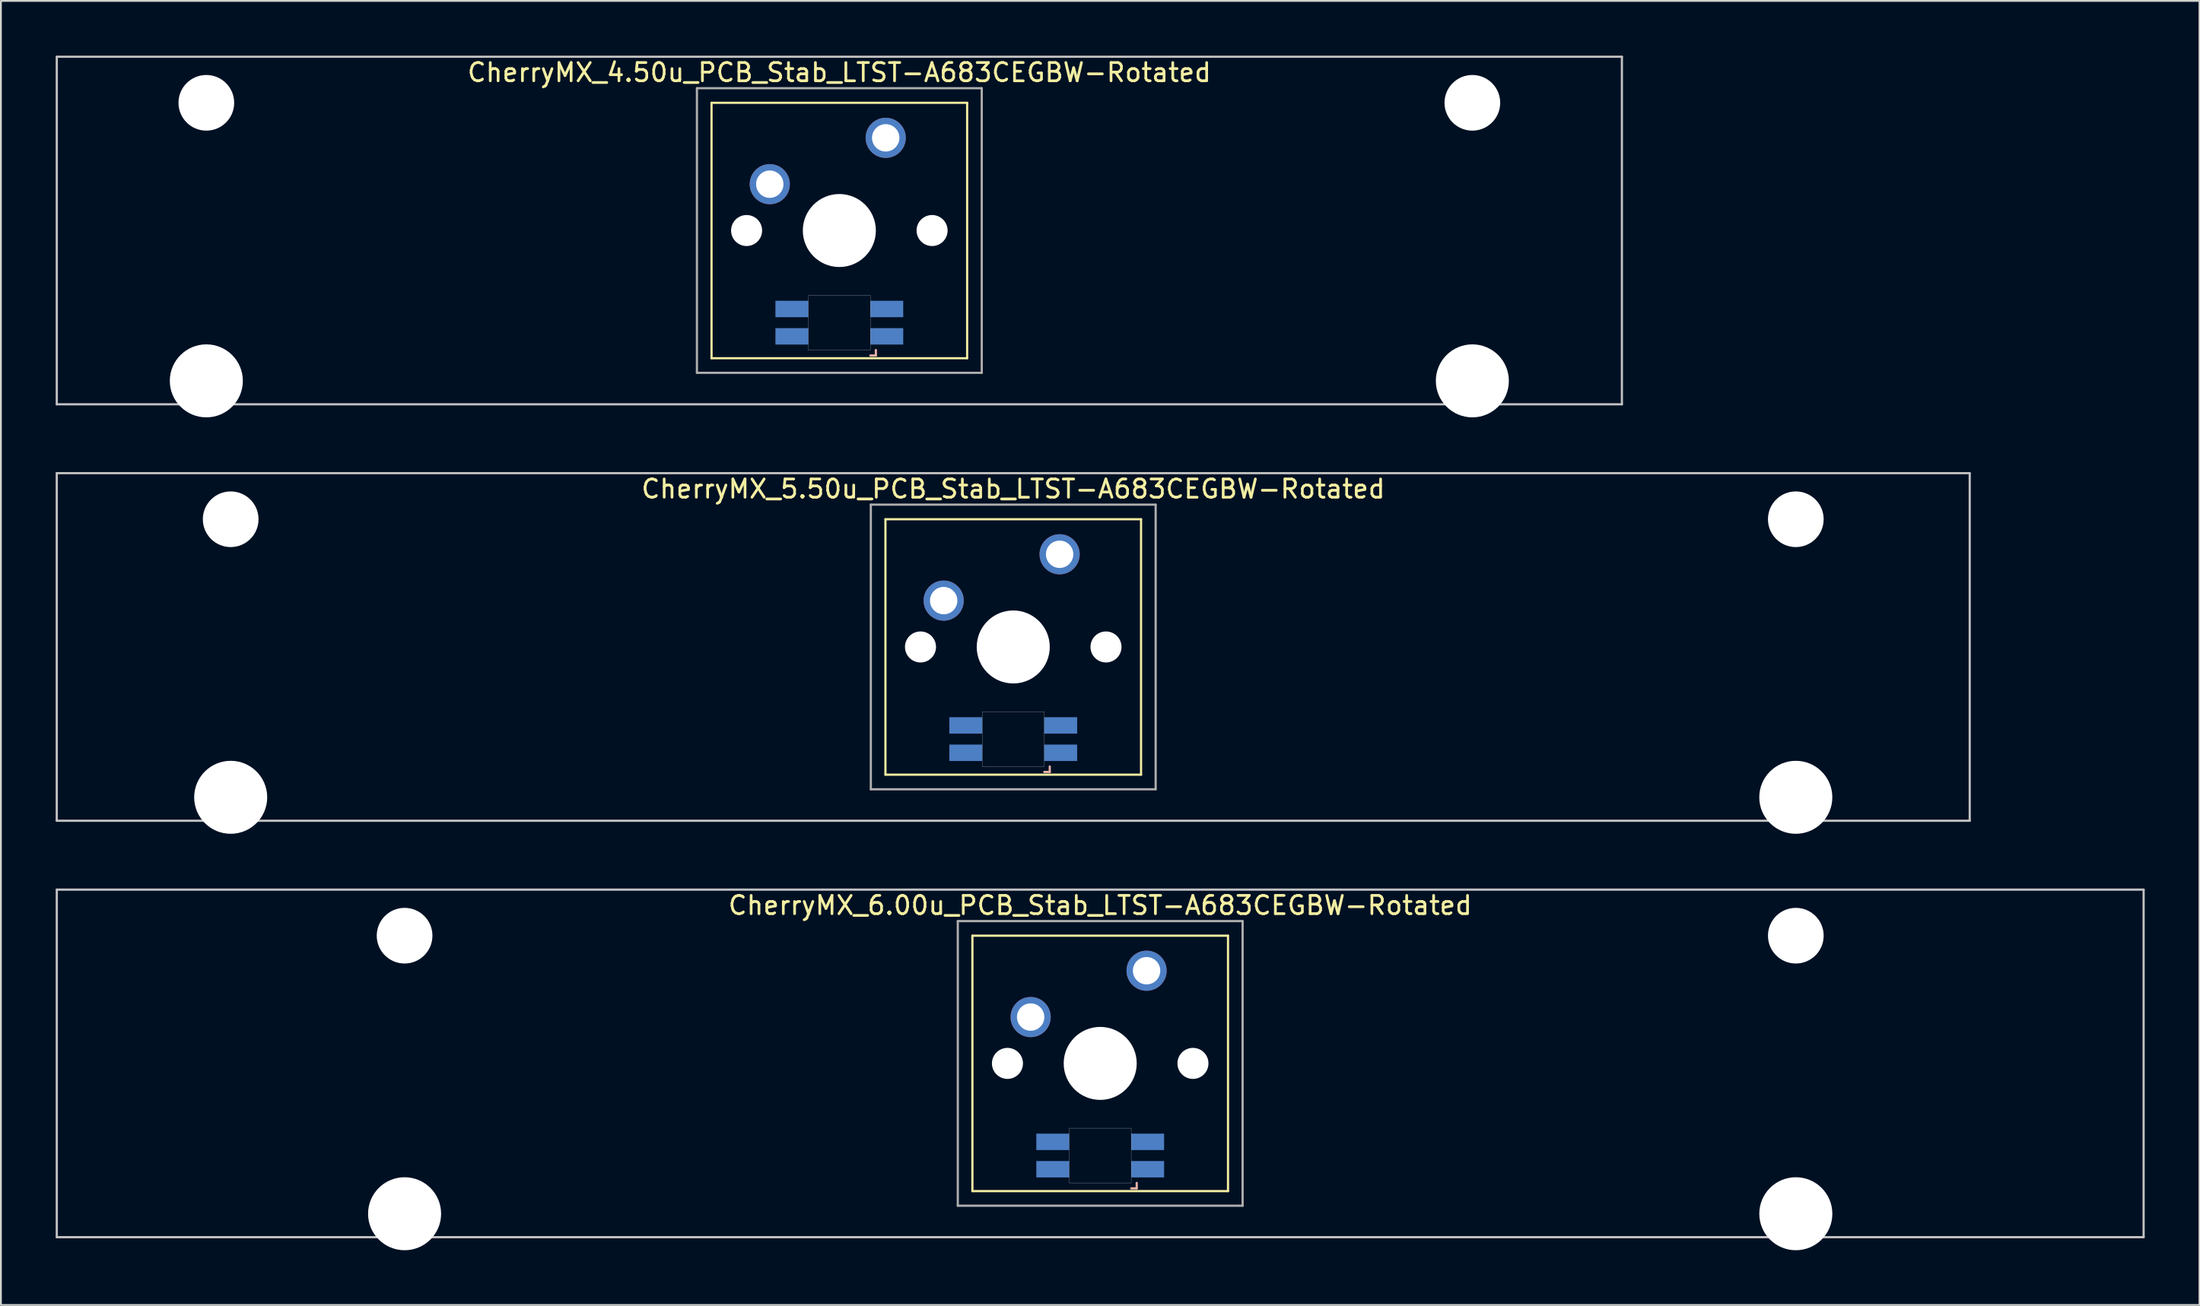
<source format=kicad_pcb>
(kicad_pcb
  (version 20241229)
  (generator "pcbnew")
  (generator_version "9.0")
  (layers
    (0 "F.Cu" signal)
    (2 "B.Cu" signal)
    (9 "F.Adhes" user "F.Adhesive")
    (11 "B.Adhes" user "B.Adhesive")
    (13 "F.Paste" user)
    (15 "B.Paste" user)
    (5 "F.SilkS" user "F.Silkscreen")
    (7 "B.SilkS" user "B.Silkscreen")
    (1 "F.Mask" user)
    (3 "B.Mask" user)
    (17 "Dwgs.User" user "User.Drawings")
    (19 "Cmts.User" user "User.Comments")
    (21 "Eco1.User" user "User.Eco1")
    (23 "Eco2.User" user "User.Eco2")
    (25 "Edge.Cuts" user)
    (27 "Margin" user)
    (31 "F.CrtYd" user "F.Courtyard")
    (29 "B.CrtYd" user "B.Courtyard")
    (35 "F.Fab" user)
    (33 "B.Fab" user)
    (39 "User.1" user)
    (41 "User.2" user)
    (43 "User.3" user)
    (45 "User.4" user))
  (footprint "CherryMX_4.50u_PCB_Stab_LTST-A683CEGBW-Rotated"
    (layer "F.Cu")
    (at 42.922 9.585)
    (property "Reference" "CherryMX_4.50u_PCB_Stab_LTST-A683CEGBW-Rotated" (at 0 -8.662 0) (layer "F.SilkS") (effects (font (size 1 1) (thickness 0.15))))
    (attr through_hole)
    (fp_line (start -7 -7) (end -7 7) (stroke (width 0.12) (type solid)) (layer "F.SilkS"))
    (fp_line (start -7 -7) (end 7 -7) (stroke (width 0.12) (type solid)) (layer "F.SilkS"))
    (fp_line (start 7 -7) (end 7 7) (stroke (width 0.12) (type solid)) (layer "F.SilkS"))
    (fp_line (start 7 7) (end -7 7) (stroke (width 0.12) (type solid)) (layer "F.SilkS"))
    (fp_line (start 1.7 6.85) (end 2 6.85) (stroke (width 0.12) (type solid)) (layer "B.SilkS"))
    (fp_line (start 2 6.85) (end 2 6.55) (stroke (width 0.12) (type solid)) (layer "B.SilkS"))
    (fp_line (start -42.862 -9.525) (end 42.862 -9.525) (stroke (width 0.12) (type solid)) (layer "Dwgs.User"))
    (fp_line (start -42.862 9.525) (end -42.862 -9.525) (stroke (width 0.12) (type solid)) (layer "Dwgs.User"))
    (fp_line (start 42.862 -9.525) (end 42.862 9.525) (stroke (width 0.12) (type solid)) (layer "Dwgs.User"))
    (fp_line (start 42.862 9.525) (end -42.862 9.525) (stroke (width 0.12) (type solid)) (layer "Dwgs.User"))
    (fp_poly (pts (xy -1.7 3.55) (xy 1.7 3.55) (xy 1.7 6.55) (xy -1.7 6.55)) (stroke (width 0.01) (type solid)) (fill no) (layer "Edge.Cuts"))
    (fp_line (start -7.8 -7.8) (end -7.8 7.8) (stroke (width 0.12) (type solid)) (layer "F.Fab"))
    (fp_line (start -7.8 -7.8) (end 7.8 -7.8) (stroke (width 0.12) (type solid)) (layer "F.Fab"))
    (fp_line (start -7.8 7.8) (end 7.8 7.8) (stroke (width 0.12) (type solid)) (layer "F.Fab"))
    (fp_line (start 7.8 -7.8) (end 7.8 7.8) (stroke (width 0.12) (type solid)) (layer "F.Fab"))
    (pad "" np_thru_hole circle (at -34.671 -7) (size 3.05 3.05) (drill 3.05) (layers "*.Cu" "*.Mask"))
    (pad "" np_thru_hole circle (at -34.671 8.24) (size 4 4) (drill 4) (layers "*.Cu" "*.Mask"))
    (pad "" np_thru_hole circle (at -5.08 0) (size 1.7 1.7) (drill 1.7) (layers "*.Cu" "*.Mask"))
    (pad "" np_thru_hole circle (at 0 0) (size 4 4) (drill 4) (layers "*.Cu" "*.Mask"))
    (pad "" np_thru_hole circle (at 5.08 0) (size 1.7 1.7) (drill 1.7) (layers "*.Cu" "*.Mask"))
    (pad "" np_thru_hole circle (at 34.671 -7) (size 3.05 3.05) (drill 3.05) (layers "*.Cu" "*.Mask"))
    (pad "" np_thru_hole circle (at 34.671 8.24) (size 4 4) (drill 4) (layers "*.Cu" "*.Mask"))
    (pad "1" thru_hole circle (at -3.81 -2.54) (size 2.2 2.2) (drill 1.5) (layers "*.Cu" "*.Mask"))
    (pad "2" thru_hole circle (at 2.54 -5.08) (size 2.2 2.2) (drill 1.5) (layers "*.Cu" "*.Mask"))
    (pad "3" smd rect (at 2.6 5.8 180) (size 1.8 0.9) (layers "B.Cu" "B.Mask" "B.Paste"))
    (pad "4" smd rect (at 2.6 4.3 180) (size 1.8 0.9) (layers "B.Cu" "B.Mask" "B.Paste"))
    (pad "5" smd rect (at -2.6 5.8 180) (size 1.8 0.9) (layers "B.Cu" "B.Mask" "B.Paste"))
    (pad "6" smd rect (at -2.6 4.3 180) (size 1.8 0.9) (layers "B.Cu" "B.Mask" "B.Paste")))
  (footprint "CherryMX_5.50u_PCB_Stab_LTST-A683CEGBW-Rotated"
    (layer "F.Cu")
    (at 52.447 32.41)
    (property "Reference" "CherryMX_5.50u_PCB_Stab_LTST-A683CEGBW-Rotated" (at 0 -8.662 0) (layer "F.SilkS") (effects (font (size 1 1) (thickness 0.15))))
    (attr through_hole)
    (fp_line (start -7 -7) (end -7 7) (stroke (width 0.12) (type solid)) (layer "F.SilkS"))
    (fp_line (start -7 -7) (end 7 -7) (stroke (width 0.12) (type solid)) (layer "F.SilkS"))
    (fp_line (start 7 -7) (end 7 7) (stroke (width 0.12) (type solid)) (layer "F.SilkS"))
    (fp_line (start 7 7) (end -7 7) (stroke (width 0.12) (type solid)) (layer "F.SilkS"))
    (fp_line (start 1.7 6.85) (end 2 6.85) (stroke (width 0.12) (type solid)) (layer "B.SilkS"))
    (fp_line (start 2 6.85) (end 2 6.55) (stroke (width 0.12) (type solid)) (layer "B.SilkS"))
    (fp_line (start -52.388 -9.525) (end 52.388 -9.525) (stroke (width 0.12) (type solid)) (layer "Dwgs.User"))
    (fp_line (start -52.388 9.525) (end -52.388 -9.525) (stroke (width 0.12) (type solid)) (layer "Dwgs.User"))
    (fp_line (start 52.388 -9.525) (end 52.388 9.525) (stroke (width 0.12) (type solid)) (layer "Dwgs.User"))
    (fp_line (start 52.388 9.525) (end -52.388 9.525) (stroke (width 0.12) (type solid)) (layer "Dwgs.User"))
    (fp_poly (pts (xy -1.7 3.55) (xy 1.7 3.55) (xy 1.7 6.55) (xy -1.7 6.55)) (stroke (width 0.01) (type solid)) (fill no) (layer "Edge.Cuts"))
    (fp_line (start -7.8 -7.8) (end -7.8 7.8) (stroke (width 0.12) (type solid)) (layer "F.Fab"))
    (fp_line (start -7.8 -7.8) (end 7.8 -7.8) (stroke (width 0.12) (type solid)) (layer "F.Fab"))
    (fp_line (start -7.8 7.8) (end 7.8 7.8) (stroke (width 0.12) (type solid)) (layer "F.Fab"))
    (fp_line (start 7.8 -7.8) (end 7.8 7.8) (stroke (width 0.12) (type solid)) (layer "F.Fab"))
    (pad "" np_thru_hole circle (at -42.862 -7) (size 3.05 3.05) (drill 3.05) (layers "*.Cu" "*.Mask"))
    (pad "" np_thru_hole circle (at -42.862 8.24) (size 4 4) (drill 4) (layers "*.Cu" "*.Mask"))
    (pad "" np_thru_hole circle (at -5.08 0) (size 1.7 1.7) (drill 1.7) (layers "*.Cu" "*.Mask"))
    (pad "" np_thru_hole circle (at 0 0) (size 4 4) (drill 4) (layers "*.Cu" "*.Mask"))
    (pad "" np_thru_hole circle (at 5.08 0) (size 1.7 1.7) (drill 1.7) (layers "*.Cu" "*.Mask"))
    (pad "" np_thru_hole circle (at 42.862 -7) (size 3.05 3.05) (drill 3.05) (layers "*.Cu" "*.Mask"))
    (pad "" np_thru_hole circle (at 42.862 8.24) (size 4 4) (drill 4) (layers "*.Cu" "*.Mask"))
    (pad "1" thru_hole circle (at -3.81 -2.54) (size 2.2 2.2) (drill 1.5) (layers "*.Cu" "*.Mask"))
    (pad "2" thru_hole circle (at 2.54 -5.08) (size 2.2 2.2) (drill 1.5) (layers "*.Cu" "*.Mask"))
    (pad "3" smd rect (at 2.6 5.8 180) (size 1.8 0.9) (layers "B.Cu" "B.Mask" "B.Paste"))
    (pad "4" smd rect (at 2.6 4.3 180) (size 1.8 0.9) (layers "B.Cu" "B.Mask" "B.Paste"))
    (pad "5" smd rect (at -2.6 5.8 180) (size 1.8 0.9) (layers "B.Cu" "B.Mask" "B.Paste"))
    (pad "6" smd rect (at -2.6 4.3 180) (size 1.8 0.9) (layers "B.Cu" "B.Mask" "B.Paste")))
  (footprint "CherryMX_6.00u_PCB_Stab_LTST-A683CEGBW-Rotated"
    (layer "F.Cu")
    (at 57.21 55.235)
    (property "Reference" "CherryMX_6.00u_PCB_Stab_LTST-A683CEGBW-Rotated" (at 0 -8.662 0) (layer "F.SilkS") (effects (font (size 1 1) (thickness 0.15))))
    (attr through_hole)
    (fp_line (start -7 -7) (end -7 7) (stroke (width 0.12) (type solid)) (layer "F.SilkS"))
    (fp_line (start -7 -7) (end 7 -7) (stroke (width 0.12) (type solid)) (layer "F.SilkS"))
    (fp_line (start 7 -7) (end 7 7) (stroke (width 0.12) (type solid)) (layer "F.SilkS"))
    (fp_line (start 7 7) (end -7 7) (stroke (width 0.12) (type solid)) (layer "F.SilkS"))
    (fp_line (start 1.7 6.85) (end 2 6.85) (stroke (width 0.12) (type solid)) (layer "B.SilkS"))
    (fp_line (start 2 6.85) (end 2 6.55) (stroke (width 0.12) (type solid)) (layer "B.SilkS"))
    (fp_line (start -57.15 -9.525) (end 57.15 -9.525) (stroke (width 0.12) (type solid)) (layer "Dwgs.User"))
    (fp_line (start -57.15 9.525) (end -57.15 -9.525) (stroke (width 0.12) (type solid)) (layer "Dwgs.User"))
    (fp_line (start 57.15 -9.525) (end 57.15 9.525) (stroke (width 0.12) (type solid)) (layer "Dwgs.User"))
    (fp_line (start 57.15 9.525) (end -57.15 9.525) (stroke (width 0.12) (type solid)) (layer "Dwgs.User"))
    (fp_poly (pts (xy -1.7 3.55) (xy 1.7 3.55) (xy 1.7 6.55) (xy -1.7 6.55)) (stroke (width 0.01) (type solid)) (fill no) (layer "Edge.Cuts"))
    (fp_line (start -7.8 -7.8) (end -7.8 7.8) (stroke (width 0.12) (type solid)) (layer "F.Fab"))
    (fp_line (start -7.8 -7.8) (end 7.8 -7.8) (stroke (width 0.12) (type solid)) (layer "F.Fab"))
    (fp_line (start -7.8 7.8) (end 7.8 7.8) (stroke (width 0.12) (type solid)) (layer "F.Fab"))
    (fp_line (start 7.8 -7.8) (end 7.8 7.8) (stroke (width 0.12) (type solid)) (layer "F.Fab"))
    (pad "" np_thru_hole circle (at -38.1 -7) (size 3.05 3.05) (drill 3.05) (layers "*.Cu" "*.Mask"))
    (pad "" np_thru_hole circle (at -38.1 8.24) (size 4 4) (drill 4) (layers "*.Cu" "*.Mask"))
    (pad "" np_thru_hole circle (at -5.08 0) (size 1.7 1.7) (drill 1.7) (layers "*.Cu" "*.Mask"))
    (pad "" np_thru_hole circle (at 0 0) (size 4 4) (drill 4) (layers "*.Cu" "*.Mask"))
    (pad "" np_thru_hole circle (at 5.08 0) (size 1.7 1.7) (drill 1.7) (layers "*.Cu" "*.Mask"))
    (pad "" np_thru_hole circle (at 38.1 -7) (size 3.05 3.05) (drill 3.05) (layers "*.Cu" "*.Mask"))
    (pad "" np_thru_hole circle (at 38.1 8.24) (size 4 4) (drill 4) (layers "*.Cu" "*.Mask"))
    (pad "1" thru_hole circle (at -3.81 -2.54) (size 2.2 2.2) (drill 1.5) (layers "*.Cu" "*.Mask"))
    (pad "2" thru_hole circle (at 2.54 -5.08) (size 2.2 2.2) (drill 1.5) (layers "*.Cu" "*.Mask"))
    (pad "3" smd rect (at 2.6 5.8 180) (size 1.8 0.9) (layers "B.Cu" "B.Mask" "B.Paste"))
    (pad "4" smd rect (at 2.6 4.3 180) (size 1.8 0.9) (layers "B.Cu" "B.Mask" "B.Paste"))
    (pad "5" smd rect (at -2.6 5.8 180) (size 1.8 0.9) (layers "B.Cu" "B.Mask" "B.Paste"))
    (pad "6" smd rect (at -2.6 4.3 180) (size 1.8 0.9) (layers "B.Cu" "B.Mask" "B.Paste")))
  (gr_rect
    (start -3 -3)
    (end 117.42 68.475)
    (stroke (width 0.1) (type default))
    (fill no)
    (layer "Edge.Cuts")))
</source>
